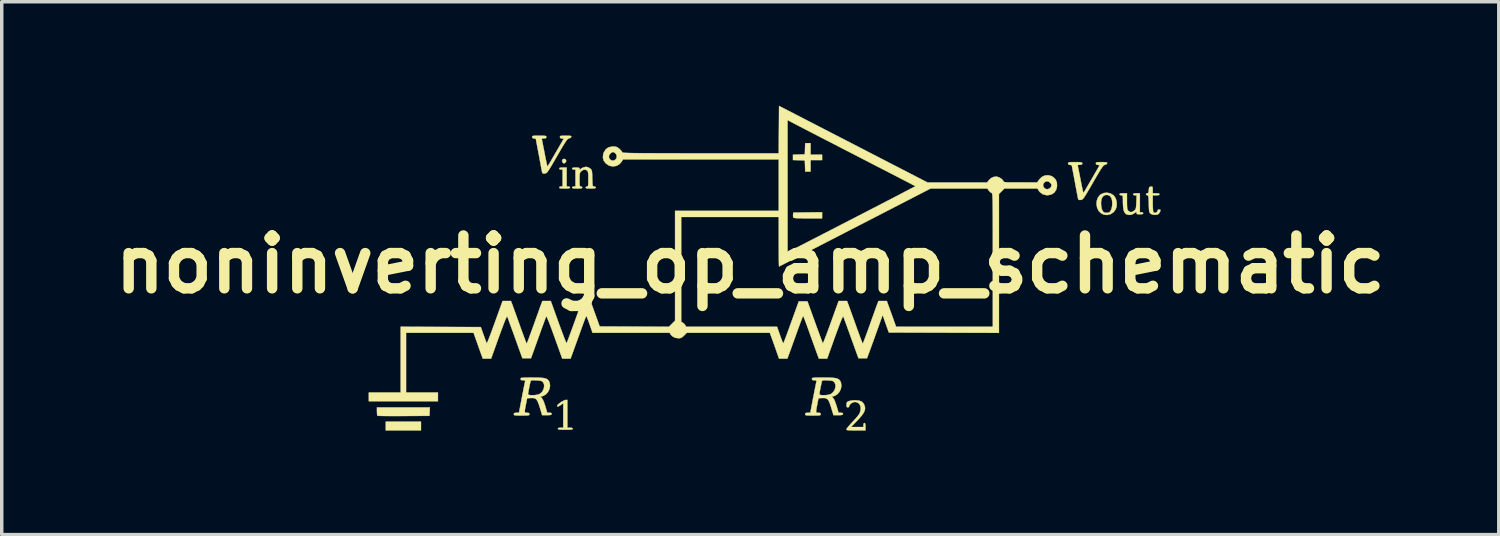
<source format=kicad_pcb>
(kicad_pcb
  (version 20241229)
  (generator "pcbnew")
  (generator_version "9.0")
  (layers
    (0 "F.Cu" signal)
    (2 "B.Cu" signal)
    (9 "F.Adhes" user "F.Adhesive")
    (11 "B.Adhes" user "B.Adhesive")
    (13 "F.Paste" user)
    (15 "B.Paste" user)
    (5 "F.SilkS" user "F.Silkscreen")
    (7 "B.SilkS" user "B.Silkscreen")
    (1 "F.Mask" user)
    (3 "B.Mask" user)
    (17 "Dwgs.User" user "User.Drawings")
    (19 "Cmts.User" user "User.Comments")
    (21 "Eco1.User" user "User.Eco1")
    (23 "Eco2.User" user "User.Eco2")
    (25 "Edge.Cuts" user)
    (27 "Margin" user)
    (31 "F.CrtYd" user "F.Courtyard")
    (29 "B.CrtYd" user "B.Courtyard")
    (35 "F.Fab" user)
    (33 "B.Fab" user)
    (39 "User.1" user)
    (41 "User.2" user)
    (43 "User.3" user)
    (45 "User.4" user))
  (footprint "noninverting_op_amp_schematic"
    (layer "F.Cu")
    (at 18.586 4.575)
    (property "Reference" "noninverting_op_amp_schematic" (at 0 0 0) (layer "F.SilkS") (effects (font (size 1.524 1.524) (thickness 0.3))))
    (attr through_hole)
    (fp_poly (pts (xy -9.496 4.787) (xy -10.512 4.787) (xy -10.512 4.533) (xy -9.496 4.533) (xy -9.496 4.787)) (stroke (width 0.01) (type solid)) (fill yes) (layer "F.SilkS"))
    (fp_poly (pts (xy -5.336 -3.035) (xy -5.311 -3.004) (xy -5.311 -2.963) (xy -5.326 -2.942) (xy -5.363 -2.914) (xy -5.393 -2.921) (xy -5.411 -2.94) (xy -5.429 -2.983) (xy -5.417 -3.023) (xy -5.379 -3.044) (xy -5.379 -3.044) (xy -5.336 -3.035)) (stroke (width 0.01) (type solid)) (fill yes) (layer "F.SilkS"))
    (fp_poly (pts (xy 2.071 -1.329) (xy 1.66 -1.329) (xy 1.519 -1.329) (xy 1.413 -1.331) (xy 1.336 -1.333) (xy 1.285 -1.338) (xy 1.255 -1.344) (xy 1.24 -1.353) (xy 1.239 -1.356) (xy 1.233 -1.396) (xy 1.234 -1.439) (xy 1.241 -1.495) (xy 1.656 -1.5) (xy 2.071 -1.505) (xy 2.071 -1.329)) (stroke (width 0.01) (type solid)) (fill yes) (layer "F.SilkS"))
    (fp_poly (pts (xy -9.251 4.367) (xy -9.995 4.372) (xy -10.162 4.373) (xy -10.317 4.373) (xy -10.454 4.372) (xy -10.571 4.371) (xy -10.662 4.369) (xy -10.724 4.367) (xy -10.751 4.364) (xy -10.752 4.364) (xy -10.76 4.338) (xy -10.764 4.287) (xy -10.766 4.237) (xy -10.766 4.123) (xy -9.24 4.123) (xy -9.251 4.367)) (stroke (width 0.01) (type solid)) (fill yes) (layer "F.SilkS"))
    (fp_poly (pts (xy 1.739 -3.165) (xy 2.071 -3.165) (xy 2.071 -3.009) (xy 1.739 -3.009) (xy 1.739 -2.677) (xy 1.584 -2.677) (xy 1.579 -2.838) (xy 1.573 -2.999) (xy 1.402 -3.005) (xy 1.231 -3.01) (xy 1.231 -3.164) (xy 1.402 -3.169) (xy 1.573 -3.175) (xy 1.584 -3.497) (xy 1.739 -3.497) (xy 1.739 -3.165)) (stroke (width 0.01) (type solid)) (fill yes) (layer "F.SilkS"))
    (fp_poly (pts (xy -5.295 -2.247) (xy -5.246 -2.247) (xy -5.207 -2.237) (xy -5.197 -2.218) (xy -5.205 -2.203) (xy -5.231 -2.194) (xy -5.284 -2.189) (xy -5.354 -2.188) (xy -5.434 -2.19) (xy -5.482 -2.195) (xy -5.505 -2.205) (xy -5.51 -2.218) (xy -5.493 -2.241) (xy -5.461 -2.247) (xy -5.412 -2.247) (xy -5.412 -2.735) (xy -5.461 -2.735) (xy -5.5 -2.746) (xy -5.51 -2.765) (xy -5.5 -2.782) (xy -5.466 -2.791) (xy -5.402 -2.794) (xy -5.295 -2.794) (xy -5.295 -2.247)) (stroke (width 0.01) (type solid)) (fill yes) (layer "F.SilkS"))
    (fp_poly (pts (xy -5.275 4.709) (xy -5.197 4.709) (xy -5.143 4.714) (xy -5.12 4.73) (xy -5.119 4.738) (xy -5.125 4.751) (xy -5.148 4.76) (xy -5.193 4.765) (xy -5.267 4.767) (xy -5.334 4.767) (xy -5.43 4.767) (xy -5.494 4.763) (xy -5.53 4.757) (xy -5.546 4.747) (xy -5.549 4.738) (xy -5.536 4.718) (xy -5.493 4.709) (xy -5.471 4.709) (xy -5.393 4.709) (xy -5.393 4.004) (xy -5.466 4.054) (xy -5.522 4.089) (xy -5.553 4.101) (xy -5.567 4.09) (xy -5.568 4.074) (xy -5.553 4.047) (xy -5.512 4.011) (xy -5.457 3.971) (xy -5.398 3.936) (xy -5.347 3.913) (xy -5.32 3.908) (xy -5.275 3.908) (xy -5.275 4.709)) (stroke (width 0.01) (type solid)) (fill yes) (layer "F.SilkS"))
    (fp_poly (pts (xy 10.382 -2.049) (xy 10.466 -2.001) (xy 10.506 -1.96) (xy 10.548 -1.877) (xy 10.568 -1.777) (xy 10.565 -1.675) (xy 10.537 -1.586) (xy 10.535 -1.583) (xy 10.472 -1.502) (xy 10.388 -1.449) (xy 10.295 -1.425) (xy 10.199 -1.434) (xy 10.119 -1.471) (xy 10.049 -1.539) (xy 10.004 -1.628) (xy 9.985 -1.727) (xy 9.987 -1.774) (xy 10.114 -1.774) (xy 10.119 -1.686) (xy 10.135 -1.604) (xy 10.162 -1.539) (xy 10.198 -1.501) (xy 10.204 -1.498) (xy 10.263 -1.487) (xy 10.327 -1.492) (xy 10.345 -1.497) (xy 10.383 -1.531) (xy 10.413 -1.593) (xy 10.433 -1.673) (xy 10.44 -1.761) (xy 10.433 -1.848) (xy 10.415 -1.911) (xy 10.374 -1.97) (xy 10.315 -2.001) (xy 10.25 -2.004) (xy 10.19 -1.978) (xy 10.146 -1.927) (xy 10.123 -1.857) (xy 10.114 -1.774) (xy 9.987 -1.774) (xy 9.991 -1.829) (xy 10.023 -1.923) (xy 10.082 -2) (xy 10.103 -2.017) (xy 10.19 -2.058) (xy 10.286 -2.068) (xy 10.382 -2.049)) (stroke (width 0.01) (type solid)) (fill yes) (layer "F.SilkS"))
    (fp_poly (pts (xy 3.138 3.927) (xy 3.215 3.956) (xy 3.268 4.01) (xy 3.298 4.075) (xy 3.311 4.139) (xy 3.304 4.203) (xy 3.274 4.272) (xy 3.22 4.352) (xy 3.138 4.448) (xy 3.081 4.508) (xy 2.905 4.689) (xy 3.263 4.689) (xy 3.263 4.631) (xy 3.272 4.584) (xy 3.292 4.572) (xy 3.31 4.582) (xy 3.319 4.616) (xy 3.322 4.679) (xy 3.322 4.787) (xy 3.048 4.787) (xy 2.939 4.786) (xy 2.863 4.785) (xy 2.814 4.781) (xy 2.787 4.774) (xy 2.776 4.764) (xy 2.774 4.755) (xy 2.787 4.729) (xy 2.823 4.682) (xy 2.876 4.621) (xy 2.941 4.55) (xy 2.951 4.539) (xy 3.021 4.464) (xy 3.083 4.393) (xy 3.13 4.332) (xy 3.156 4.291) (xy 3.157 4.289) (xy 3.183 4.192) (xy 3.181 4.106) (xy 3.153 4.035) (xy 3.102 3.987) (xy 3.03 3.967) (xy 3.019 3.966) (xy 2.957 3.979) (xy 2.901 4.013) (xy 2.863 4.057) (xy 2.853 4.092) (xy 2.836 4.117) (xy 2.814 4.123) (xy 2.788 4.116) (xy 2.776 4.089) (xy 2.774 4.047) (xy 2.779 3.995) (xy 2.798 3.965) (xy 2.838 3.944) (xy 2.891 3.93) (xy 2.966 3.92) (xy 3.032 3.917) (xy 3.138 3.927)) (stroke (width 0.01) (type solid)) (fill yes) (layer "F.SilkS"))
    (fp_poly (pts (xy 11.6 -2.233) (xy 11.605 -2.2) (xy 11.606 -2.151) (xy 11.606 -2.052) (xy 11.704 -2.052) (xy 11.765 -2.048) (xy 11.795 -2.038) (xy 11.801 -2.022) (xy 11.791 -2.004) (xy 11.755 -1.995) (xy 11.704 -1.993) (xy 11.606 -1.993) (xy 11.606 -1.763) (xy 11.608 -1.671) (xy 11.612 -1.591) (xy 11.617 -1.533) (xy 11.624 -1.507) (xy 11.654 -1.488) (xy 11.696 -1.493) (xy 11.73 -1.515) (xy 11.743 -1.544) (xy 11.755 -1.575) (xy 11.79 -1.583) (xy 11.822 -1.579) (xy 11.829 -1.562) (xy 11.818 -1.524) (xy 11.792 -1.476) (xy 11.761 -1.445) (xy 11.696 -1.428) (xy 11.62 -1.432) (xy 11.555 -1.456) (xy 11.545 -1.464) (xy 11.525 -1.482) (xy 11.512 -1.504) (xy 11.503 -1.537) (xy 11.498 -1.59) (xy 11.494 -1.668) (xy 11.492 -1.747) (xy 11.489 -1.849) (xy 11.485 -1.918) (xy 11.48 -1.961) (xy 11.471 -1.983) (xy 11.459 -1.992) (xy 11.448 -1.993) (xy 11.417 -2.006) (xy 11.41 -2.022) (xy 11.427 -2.046) (xy 11.448 -2.052) (xy 11.472 -2.058) (xy 11.485 -2.085) (xy 11.492 -2.14) (xy 11.492 -2.144) (xy 11.498 -2.201) (xy 11.51 -2.229) (xy 11.536 -2.241) (xy 11.552 -2.243) (xy 11.584 -2.245) (xy 11.6 -2.233)) (stroke (width 0.01) (type solid)) (fill yes) (layer "F.SilkS"))
    (fp_poly (pts (xy 10.863 -1.817) (xy 10.864 -1.716) (xy 10.867 -1.646) (xy 10.873 -1.6) (xy 10.883 -1.57) (xy 10.898 -1.548) (xy 10.902 -1.544) (xy 10.956 -1.51) (xy 11.012 -1.513) (xy 11.072 -1.551) (xy 11.096 -1.574) (xy 11.112 -1.6) (xy 11.122 -1.636) (xy 11.128 -1.692) (xy 11.133 -1.777) (xy 11.134 -1.795) (xy 11.141 -1.993) (xy 11.09 -1.993) (xy 11.049 -2.003) (xy 11.039 -2.022) (xy 11.05 -2.041) (xy 11.086 -2.05) (xy 11.137 -2.052) (xy 11.235 -2.052) (xy 11.235 -1.504) (xy 11.283 -1.504) (xy 11.323 -1.494) (xy 11.332 -1.475) (xy 11.322 -1.457) (xy 11.286 -1.448) (xy 11.235 -1.446) (xy 11.176 -1.448) (xy 11.147 -1.456) (xy 11.137 -1.476) (xy 11.137 -1.487) (xy 11.135 -1.511) (xy 11.123 -1.513) (xy 11.094 -1.491) (xy 11.077 -1.477) (xy 11.005 -1.437) (xy 10.924 -1.426) (xy 10.849 -1.445) (xy 10.829 -1.456) (xy 10.793 -1.498) (xy 10.767 -1.564) (xy 10.752 -1.661) (xy 10.746 -1.791) (xy 10.746 -1.812) (xy 10.746 -1.897) (xy 10.743 -1.95) (xy 10.737 -1.979) (xy 10.724 -1.99) (xy 10.704 -1.993) (xy 10.697 -1.993) (xy 10.658 -2.003) (xy 10.648 -2.022) (xy 10.658 -2.04) (xy 10.692 -2.049) (xy 10.756 -2.052) (xy 10.863 -2.052) (xy 10.863 -1.817)) (stroke (width 0.01) (type solid)) (fill yes) (layer "F.SilkS"))
    (fp_poly (pts (xy -4.671 -2.799) (xy -4.617 -2.766) (xy -4.594 -2.745) (xy -4.578 -2.723) (xy -4.568 -2.692) (xy -4.562 -2.644) (xy -4.558 -2.572) (xy -4.556 -2.483) (xy -4.553 -2.384) (xy -4.549 -2.317) (xy -4.544 -2.277) (xy -4.535 -2.256) (xy -4.522 -2.248) (xy -4.502 -2.247) (xy -4.464 -2.236) (xy -4.455 -2.218) (xy -4.462 -2.202) (xy -4.49 -2.193) (xy -4.545 -2.189) (xy -4.601 -2.188) (xy -4.679 -2.19) (xy -4.724 -2.195) (xy -4.744 -2.206) (xy -4.748 -2.218) (xy -4.732 -2.241) (xy -4.709 -2.247) (xy -4.692 -2.249) (xy -4.68 -2.261) (xy -4.674 -2.29) (xy -4.671 -2.341) (xy -4.67 -2.422) (xy -4.67 -2.46) (xy -4.671 -2.561) (xy -4.675 -2.63) (xy -4.684 -2.674) (xy -4.697 -2.701) (xy -4.7 -2.705) (xy -4.753 -2.732) (xy -4.814 -2.727) (xy -4.873 -2.69) (xy -4.876 -2.687) (xy -4.898 -2.663) (xy -4.912 -2.635) (xy -4.92 -2.596) (xy -4.923 -2.536) (xy -4.924 -2.447) (xy -4.924 -2.443) (xy -4.923 -2.354) (xy -4.921 -2.297) (xy -4.915 -2.265) (xy -4.904 -2.25) (xy -4.887 -2.247) (xy -4.885 -2.247) (xy -4.853 -2.235) (xy -4.846 -2.218) (xy -4.853 -2.202) (xy -4.881 -2.193) (xy -4.936 -2.189) (xy -4.992 -2.188) (xy -5.069 -2.19) (xy -5.115 -2.195) (xy -5.135 -2.206) (xy -5.139 -2.218) (xy -5.122 -2.241) (xy -5.09 -2.247) (xy -5.041 -2.247) (xy -5.041 -2.735) (xy -5.09 -2.735) (xy -5.129 -2.746) (xy -5.139 -2.765) (xy -5.129 -2.782) (xy -5.095 -2.791) (xy -5.031 -2.794) (xy -4.969 -2.792) (xy -4.937 -2.785) (xy -4.924 -2.769) (xy -4.922 -2.75) (xy -4.918 -2.726) (xy -4.911 -2.731) (xy -4.881 -2.763) (xy -4.828 -2.791) (xy -4.766 -2.81) (xy -4.73 -2.814) (xy -4.671 -2.799)) (stroke (width 0.01) (type solid)) (fill yes) (layer "F.SilkS"))
    (fp_poly (pts (xy -5.242 -3.711) (xy -5.192 -3.708) (xy -5.168 -3.7) (xy -5.161 -3.687) (xy -5.162 -3.678) (xy -5.185 -3.649) (xy -5.226 -3.634) (xy -5.244 -3.629) (xy -5.263 -3.616) (xy -5.286 -3.592) (xy -5.314 -3.554) (xy -5.351 -3.498) (xy -5.399 -3.42) (xy -5.46 -3.317) (xy -5.537 -3.184) (xy -5.571 -3.126) (xy -5.653 -2.983) (xy -5.719 -2.871) (xy -5.77 -2.785) (xy -5.81 -2.722) (xy -5.84 -2.678) (xy -5.864 -2.65) (xy -5.883 -2.634) (xy -5.902 -2.626) (xy -5.921 -2.623) (xy -5.927 -2.622) (xy -5.972 -2.621) (xy -5.995 -2.635) (xy -6.007 -2.675) (xy -6.01 -2.69) (xy -6.017 -2.731) (xy -6.031 -2.804) (xy -6.049 -2.901) (xy -6.071 -3.017) (xy -6.094 -3.143) (xy -6.104 -3.195) (xy -6.185 -3.624) (xy -6.238 -3.631) (xy -6.28 -3.645) (xy -6.291 -3.675) (xy -6.289 -3.691) (xy -6.275 -3.702) (xy -6.245 -3.709) (xy -6.19 -3.712) (xy -6.105 -3.712) (xy -6.086 -3.712) (xy -5.995 -3.712) (xy -5.935 -3.709) (xy -5.901 -3.704) (xy -5.885 -3.694) (xy -5.881 -3.678) (xy -5.881 -3.673) (xy -5.889 -3.646) (xy -5.918 -3.636) (xy -5.951 -3.634) (xy -5.997 -3.631) (xy -6.012 -3.617) (xy -6.01 -3.6) (xy -6.003 -3.571) (xy -5.991 -3.51) (xy -5.974 -3.423) (xy -5.953 -3.318) (xy -5.93 -3.201) (xy -5.928 -3.189) (xy -5.906 -3.074) (xy -5.885 -2.974) (xy -5.868 -2.895) (xy -5.855 -2.843) (xy -5.847 -2.822) (xy -5.847 -2.822) (xy -5.835 -2.841) (xy -5.806 -2.889) (xy -5.763 -2.961) (xy -5.71 -3.053) (xy -5.648 -3.159) (xy -5.608 -3.228) (xy -5.379 -3.624) (xy -5.434 -3.631) (xy -5.478 -3.644) (xy -5.49 -3.674) (xy -5.487 -3.693) (xy -5.472 -3.704) (xy -5.437 -3.71) (xy -5.376 -3.712) (xy -5.323 -3.712) (xy -5.242 -3.711)) (stroke (width 0.01) (type solid)) (fill yes) (layer "F.SilkS"))
    (fp_poly (pts (xy 10.213 -2.949) (xy 10.263 -2.946) (xy 10.287 -2.938) (xy 10.294 -2.925) (xy 10.293 -2.916) (xy 10.27 -2.887) (xy 10.229 -2.872) (xy 10.211 -2.867) (xy 10.192 -2.854) (xy 10.169 -2.83) (xy 10.141 -2.792) (xy 10.104 -2.736) (xy 10.056 -2.658) (xy 9.995 -2.555) (xy 9.918 -2.422) (xy 9.884 -2.364) (xy 9.802 -2.221) (xy 9.736 -2.109) (xy 9.685 -2.023) (xy 9.645 -1.96) (xy 9.615 -1.916) (xy 9.591 -1.888) (xy 9.572 -1.872) (xy 9.553 -1.864) (xy 9.534 -1.861) (xy 9.528 -1.86) (xy 9.482 -1.859) (xy 9.46 -1.873) (xy 9.448 -1.913) (xy 9.445 -1.928) (xy 9.438 -1.969) (xy 9.424 -2.042) (xy 9.406 -2.139) (xy 9.384 -2.255) (xy 9.361 -2.381) (xy 9.351 -2.433) (xy 9.27 -2.862) (xy 9.217 -2.869) (xy 9.175 -2.883) (xy 9.164 -2.913) (xy 9.166 -2.929) (xy 9.18 -2.94) (xy 9.21 -2.947) (xy 9.265 -2.95) (xy 9.35 -2.95) (xy 9.369 -2.95) (xy 9.46 -2.95) (xy 9.52 -2.947) (xy 9.554 -2.942) (xy 9.569 -2.932) (xy 9.574 -2.916) (xy 9.574 -2.911) (xy 9.566 -2.884) (xy 9.537 -2.874) (xy 9.504 -2.872) (xy 9.458 -2.869) (xy 9.442 -2.855) (xy 9.445 -2.838) (xy 9.451 -2.809) (xy 9.464 -2.748) (xy 9.481 -2.661) (xy 9.502 -2.556) (xy 9.525 -2.439) (xy 9.527 -2.427) (xy 9.549 -2.312) (xy 9.57 -2.212) (xy 9.587 -2.133) (xy 9.6 -2.081) (xy 9.608 -2.06) (xy 9.608 -2.06) (xy 9.62 -2.079) (xy 9.649 -2.127) (xy 9.692 -2.199) (xy 9.745 -2.291) (xy 9.807 -2.397) (xy 9.847 -2.466) (xy 10.076 -2.862) (xy 10.02 -2.869) (xy 9.977 -2.882) (xy 9.965 -2.912) (xy 9.968 -2.931) (xy 9.983 -2.942) (xy 10.018 -2.948) (xy 10.079 -2.95) (xy 10.132 -2.95) (xy 10.213 -2.949)) (stroke (width 0.01) (type solid)) (fill yes) (layer "F.SilkS"))
    (fp_poly (pts (xy -6.14 3.264) (xy -6.027 3.269) (xy -5.944 3.279) (xy -5.883 3.296) (xy -5.841 3.321) (xy -5.811 3.355) (xy -5.79 3.401) (xy -5.786 3.411) (xy -5.773 3.502) (xy -5.791 3.595) (xy -5.834 3.681) (xy -5.898 3.751) (xy -5.977 3.795) (xy -5.996 3.8) (xy -6.053 3.812) (xy -6.01 3.855) (xy -5.985 3.894) (xy -5.954 3.962) (xy -5.923 4.05) (xy -5.911 4.088) (xy -5.855 4.279) (xy -5.788 4.279) (xy -5.743 4.283) (xy -5.728 4.299) (xy -5.728 4.313) (xy -5.738 4.332) (xy -5.764 4.342) (xy -5.815 4.347) (xy -5.869 4.347) (xy -6.002 4.347) (xy -6.067 4.133) (xy -6.103 4.022) (xy -6.135 3.944) (xy -6.168 3.893) (xy -6.207 3.865) (xy -6.258 3.853) (xy -6.325 3.853) (xy -6.327 3.853) (xy -6.435 3.859) (xy -6.47 4.035) (xy -6.489 4.135) (xy -6.5 4.203) (xy -6.503 4.246) (xy -6.495 4.268) (xy -6.477 4.277) (xy -6.448 4.279) (xy -6.438 4.279) (xy -6.391 4.283) (xy -6.372 4.3) (xy -6.37 4.318) (xy -6.372 4.335) (xy -6.383 4.346) (xy -6.411 4.353) (xy -6.461 4.356) (xy -6.539 4.357) (xy -6.594 4.357) (xy -6.691 4.357) (xy -6.755 4.355) (xy -6.793 4.35) (xy -6.812 4.341) (xy -6.818 4.328) (xy -6.819 4.318) (xy -6.812 4.292) (xy -6.784 4.281) (xy -6.745 4.279) (xy -6.67 4.279) (xy -6.587 3.844) (xy -6.568 3.743) (xy -6.409 3.743) (xy -6.391 3.76) (xy -6.345 3.77) (xy -6.282 3.772) (xy -6.21 3.768) (xy -6.141 3.758) (xy -6.084 3.74) (xy -6.076 3.737) (xy -6.014 3.688) (xy -5.97 3.619) (xy -5.946 3.541) (xy -5.946 3.464) (xy -5.974 3.4) (xy -5.975 3.4) (xy -5.999 3.375) (xy -6.029 3.36) (xy -6.076 3.351) (xy -6.149 3.345) (xy -6.171 3.344) (xy -6.249 3.341) (xy -6.297 3.342) (xy -6.322 3.35) (xy -6.334 3.365) (xy -6.339 3.383) (xy -6.356 3.456) (xy -6.373 3.538) (xy -6.388 3.619) (xy -6.401 3.687) (xy -6.408 3.732) (xy -6.409 3.743) (xy -6.568 3.743) (xy -6.563 3.717) (xy -6.54 3.602) (xy -6.521 3.504) (xy -6.506 3.429) (xy -6.496 3.385) (xy -6.494 3.375) (xy -6.494 3.352) (xy -6.519 3.343) (xy -6.554 3.341) (xy -6.602 3.337) (xy -6.621 3.32) (xy -6.624 3.302) (xy -6.622 3.288) (xy -6.613 3.278) (xy -6.592 3.271) (xy -6.553 3.266) (xy -6.49 3.264) (xy -6.399 3.263) (xy -6.286 3.263) (xy -6.14 3.264)) (stroke (width 0.01) (type solid)) (fill yes) (layer "F.SilkS"))
    (fp_poly (pts (xy 2.262 3.264) (xy 2.374 3.269) (xy 2.458 3.279) (xy 2.518 3.296) (xy 2.561 3.321) (xy 2.59 3.355) (xy 2.612 3.401) (xy 2.616 3.411) (xy 2.628 3.502) (xy 2.611 3.595) (xy 2.567 3.681) (xy 2.503 3.751) (xy 2.425 3.795) (xy 2.406 3.8) (xy 2.349 3.812) (xy 2.391 3.855) (xy 2.417 3.894) (xy 2.447 3.962) (xy 2.478 4.05) (xy 2.49 4.088) (xy 2.546 4.279) (xy 2.613 4.279) (xy 2.658 4.283) (xy 2.674 4.299) (xy 2.673 4.313) (xy 2.663 4.332) (xy 2.637 4.342) (xy 2.587 4.347) (xy 2.533 4.347) (xy 2.399 4.347) (xy 2.335 4.133) (xy 2.299 4.022) (xy 2.267 3.944) (xy 2.234 3.893) (xy 2.194 3.865) (xy 2.143 3.853) (xy 2.076 3.853) (xy 2.074 3.853) (xy 1.966 3.859) (xy 1.932 4.035) (xy 1.913 4.135) (xy 1.901 4.203) (xy 1.899 4.246) (xy 1.906 4.268) (xy 1.924 4.277) (xy 1.954 4.279) (xy 1.964 4.279) (xy 2.011 4.283) (xy 2.03 4.3) (xy 2.032 4.318) (xy 2.03 4.335) (xy 2.018 4.346) (xy 1.991 4.353) (xy 1.941 4.356) (xy 1.862 4.357) (xy 1.807 4.357) (xy 1.711 4.357) (xy 1.647 4.355) (xy 1.608 4.35) (xy 1.589 4.341) (xy 1.583 4.328) (xy 1.583 4.318) (xy 1.59 4.292) (xy 1.617 4.281) (xy 1.657 4.279) (xy 1.731 4.279) (xy 1.814 3.844) (xy 1.834 3.743) (xy 1.993 3.743) (xy 2.01 3.76) (xy 2.056 3.77) (xy 2.12 3.772) (xy 2.191 3.768) (xy 2.261 3.758) (xy 2.317 3.74) (xy 2.325 3.737) (xy 2.387 3.688) (xy 2.432 3.619) (xy 2.456 3.541) (xy 2.455 3.464) (xy 2.427 3.4) (xy 2.427 3.4) (xy 2.402 3.375) (xy 2.372 3.36) (xy 2.325 3.351) (xy 2.252 3.345) (xy 2.23 3.344) (xy 2.152 3.341) (xy 2.105 3.342) (xy 2.079 3.35) (xy 2.067 3.365) (xy 2.062 3.383) (xy 2.046 3.456) (xy 2.029 3.538) (xy 2.013 3.619) (xy 2.001 3.687) (xy 1.994 3.732) (xy 1.993 3.743) (xy 1.834 3.743) (xy 1.839 3.717) (xy 1.861 3.602) (xy 1.881 3.504) (xy 1.896 3.429) (xy 1.905 3.385) (xy 1.908 3.375) (xy 1.907 3.352) (xy 1.883 3.343) (xy 1.848 3.341) (xy 1.8 3.337) (xy 1.781 3.32) (xy 1.778 3.302) (xy 1.78 3.288) (xy 1.788 3.278) (xy 1.81 3.271) (xy 1.849 3.266) (xy 1.911 3.264) (xy 2.002 3.263) (xy 2.115 3.263) (xy 2.262 3.264)) (stroke (width 0.01) (type solid)) (fill yes) (layer "F.SilkS"))
    (fp_poly (pts (xy 2.97 -3.467) (xy 5.109 -2.364) (xy 5.97 -2.364) (xy 6.831 -2.364) (xy 6.876 -2.425) (xy 6.941 -2.486) (xy 7.021 -2.524) (xy 7.103 -2.532) (xy 7.119 -2.529) (xy 7.191 -2.503) (xy 7.253 -2.462) (xy 7.293 -2.415) (xy 7.298 -2.403) (xy 7.303 -2.391) (xy 7.314 -2.382) (xy 7.335 -2.375) (xy 7.37 -2.37) (xy 7.424 -2.367) (xy 7.503 -2.365) (xy 7.61 -2.365) (xy 7.75 -2.365) (xy 7.792 -2.365) (xy 8.275 -2.366) (xy 8.329 -2.444) (xy 8.403 -2.52) (xy 8.492 -2.563) (xy 8.589 -2.573) (xy 8.686 -2.548) (xy 8.737 -2.518) (xy 8.805 -2.45) (xy 8.841 -2.363) (xy 8.847 -2.255) (xy 8.847 -2.253) (xy 8.821 -2.15) (xy 8.766 -2.07) (xy 8.687 -2.018) (xy 8.587 -1.996) (xy 8.538 -1.997) (xy 8.434 -2.024) (xy 8.353 -2.083) (xy 8.314 -2.135) (xy 8.282 -2.188) (xy 7.327 -2.188) (xy 7.249 -2.11) (xy 7.171 -2.032) (xy 7.171 1.974) (xy 5.583 1.969) (xy 3.996 1.964) (xy 3.817 1.461) (xy 3.625 1.996) (xy 3.574 2.137) (xy 3.526 2.271) (xy 3.482 2.391) (xy 3.445 2.492) (xy 3.417 2.568) (xy 3.4 2.614) (xy 3.399 2.618) (xy 3.365 2.706) (xy 3.12 2.706) (xy 2.908 2.12) (xy 2.856 1.975) (xy 2.808 1.842) (xy 2.765 1.724) (xy 2.729 1.626) (xy 2.702 1.553) (xy 2.686 1.509) (xy 2.682 1.5) (xy 2.672 1.505) (xy 2.653 1.541) (xy 2.623 1.609) (xy 2.582 1.712) (xy 2.531 1.849) (xy 2.467 2.022) (xy 2.442 2.091) (xy 2.218 2.716) (xy 1.978 2.716) (xy 1.89 2.477) (xy 1.855 2.379) (xy 1.81 2.256) (xy 1.761 2.118) (xy 1.71 1.977) (xy 1.669 1.861) (xy 1.628 1.748) (xy 1.591 1.649) (xy 1.56 1.568) (xy 1.537 1.512) (xy 1.525 1.487) (xy 1.524 1.485) (xy 1.515 1.503) (xy 1.495 1.552) (xy 1.466 1.627) (xy 1.43 1.722) (xy 1.39 1.832) (xy 1.379 1.861) (xy 1.331 1.996) (xy 1.28 2.137) (xy 1.231 2.273) (xy 1.188 2.394) (xy 1.158 2.477) (xy 1.07 2.716) (xy 0.83 2.716) (xy 0.735 2.447) (xy 0.697 2.341) (xy 0.661 2.239) (xy 0.629 2.151) (xy 0.606 2.087) (xy 0.602 2.076) (xy 0.564 1.973) (xy -1.832 1.973) (xy -1.91 2.052) (xy -1.962 2.099) (xy -2.005 2.122) (xy -2.055 2.129) (xy -2.07 2.13) (xy -2.171 2.114) (xy -2.252 2.069) (xy -2.293 2.023) (xy -2.326 1.973) (xy -4.548 1.973) (xy -4.633 1.729) (xy -4.665 1.639) (xy -4.693 1.564) (xy -4.715 1.511) (xy -4.727 1.486) (xy -4.728 1.485) (xy -4.737 1.503) (xy -4.758 1.552) (xy -4.787 1.627) (xy -4.822 1.722) (xy -4.862 1.832) (xy -4.873 1.861) (xy -4.921 1.996) (xy -4.972 2.137) (xy -5.021 2.273) (xy -5.065 2.394) (xy -5.095 2.477) (xy -5.182 2.716) (xy -5.422 2.716) (xy -5.647 2.091) (xy -5.714 1.906) (xy -5.77 1.756) (xy -5.814 1.642) (xy -5.848 1.561) (xy -5.871 1.514) (xy -5.884 1.498) (xy -5.886 1.5) (xy -5.896 1.526) (xy -5.918 1.584) (xy -5.949 1.67) (xy -5.989 1.778) (xy -6.035 1.904) (xy -6.085 2.044) (xy -6.112 2.12) (xy -6.324 2.706) (xy -6.572 2.706) (xy -6.783 2.12) (xy -6.835 1.975) (xy -6.884 1.842) (xy -6.927 1.724) (xy -6.962 1.626) (xy -6.989 1.553) (xy -7.005 1.509) (xy -7.009 1.5) (xy -7.019 1.505) (xy -7.038 1.541) (xy -7.068 1.609) (xy -7.109 1.712) (xy -7.16 1.849) (xy -7.224 2.022) (xy -7.249 2.091) (xy -7.473 2.716) (xy -7.714 2.716) (xy -7.772 2.555) (xy -7.805 2.465) (xy -7.844 2.355) (xy -7.884 2.242) (xy -7.905 2.183) (xy -7.979 1.973) (xy -9.926 1.973) (xy -9.926 3.693) (xy -9.007 3.693) (xy -9.007 3.947) (xy -11 3.947) (xy -11 3.693) (xy -10.082 3.693) (xy -10.082 1.797) (xy -8.926 1.802) (xy -7.771 1.807) (xy -7.69 2.036) (xy -7.658 2.124) (xy -7.631 2.198) (xy -7.61 2.251) (xy -7.598 2.275) (xy -7.598 2.275) (xy -7.589 2.26) (xy -7.569 2.213) (xy -7.538 2.137) (xy -7.5 2.036) (xy -7.454 1.915) (xy -7.404 1.779) (xy -7.365 1.671) (xy -7.143 1.055) (xy -6.901 1.055) (xy -6.873 1.128) (xy -6.859 1.165) (xy -6.834 1.234) (xy -6.8 1.328) (xy -6.759 1.443) (xy -6.712 1.573) (xy -6.662 1.713) (xy -6.651 1.744) (xy -6.602 1.881) (xy -6.556 2.005) (xy -6.517 2.112) (xy -6.485 2.197) (xy -6.461 2.256) (xy -6.449 2.284) (xy -6.448 2.285) (xy -6.439 2.268) (xy -6.419 2.218) (xy -6.389 2.14) (xy -6.352 2.039) (xy -6.308 1.92) (xy -6.26 1.786) (xy -6.244 1.744) (xy -6.194 1.602) (xy -6.146 1.469) (xy -6.103 1.351) (xy -6.068 1.251) (xy -6.041 1.177) (xy -6.024 1.133) (xy -6.022 1.128) (xy -5.994 1.055) (xy -5.753 1.055) (xy -5.531 1.671) (xy -5.478 1.817) (xy -5.428 1.949) (xy -5.385 2.065) (xy -5.348 2.16) (xy -5.32 2.229) (xy -5.303 2.268) (xy -5.298 2.276) (xy -5.289 2.255) (xy -5.268 2.202) (xy -5.237 2.122) (xy -5.199 2.018) (xy -5.153 1.894) (xy -5.103 1.756) (xy -5.07 1.665) (xy -4.853 1.065) (xy -4.604 1.065) (xy -4.343 1.788) (xy -3.344 1.793) (xy -2.346 1.798) (xy -2.169 1.621) (xy -2.169 -1.368) (xy -1.993 -1.368) (xy -1.993 1.654) (xy -1.946 1.679) (xy -1.9 1.717) (xy -1.875 1.751) (xy -1.85 1.798) (xy 0.772 1.798) (xy 0.858 2.042) (xy 0.89 2.132) (xy 0.918 2.205) (xy 0.94 2.255) (xy 0.953 2.276) (xy 0.954 2.276) (xy 0.963 2.256) (xy 0.984 2.203) (xy 1.015 2.122) (xy 1.054 2.018) (xy 1.099 1.894) (xy 1.149 1.756) (xy 1.182 1.665) (xy 1.399 1.065) (xy 1.649 1.065) (xy 1.866 1.665) (xy 1.918 1.81) (xy 1.967 1.943) (xy 2.01 2.059) (xy 2.046 2.155) (xy 2.073 2.226) (xy 2.089 2.267) (xy 2.093 2.276) (xy 2.102 2.261) (xy 2.123 2.213) (xy 2.153 2.137) (xy 2.192 2.036) (xy 2.237 1.915) (xy 2.287 1.779) (xy 2.326 1.671) (xy 2.548 1.055) (xy 2.79 1.055) (xy 2.818 1.128) (xy 2.832 1.165) (xy 2.857 1.234) (xy 2.891 1.328) (xy 2.932 1.443) (xy 2.979 1.573) (xy 3.029 1.713) (xy 3.04 1.744) (xy 3.089 1.881) (xy 3.135 2.005) (xy 3.174 2.112) (xy 3.207 2.197) (xy 3.23 2.256) (xy 3.242 2.284) (xy 3.243 2.285) (xy 3.252 2.268) (xy 3.272 2.218) (xy 3.302 2.14) (xy 3.34 2.039) (xy 3.383 1.92) (xy 3.432 1.786) (xy 3.447 1.744) (xy 3.497 1.602) (xy 3.545 1.469) (xy 3.588 1.351) (xy 3.623 1.251) (xy 3.65 1.177) (xy 3.667 1.133) (xy 3.669 1.128) (xy 3.697 1.055) (xy 3.938 1.055) (xy 4.205 1.798) (xy 6.995 1.798) (xy 6.995 -0.126) (xy 6.995 -0.442) (xy 6.995 -0.722) (xy 6.995 -0.968) (xy 6.994 -1.181) (xy 6.994 -1.364) (xy 6.993 -1.519) (xy 6.992 -1.65) (xy 6.991 -1.757) (xy 6.989 -1.843) (xy 6.987 -1.911) (xy 6.984 -1.963) (xy 6.981 -2.001) (xy 6.977 -2.027) (xy 6.973 -2.044) (xy 6.968 -2.054) (xy 6.962 -2.059) (xy 6.956 -2.061) (xy 6.919 -2.085) (xy 6.88 -2.127) (xy 6.877 -2.131) (xy 6.836 -2.188) (xy 5.198 -2.188) (xy 3.019 -1.065) (xy 2.747 -0.925) (xy 2.484 -0.789) (xy 2.233 -0.66) (xy 1.996 -0.538) (xy 1.775 -0.425) (xy 1.572 -0.32) (xy 1.389 -0.226) (xy 1.229 -0.144) (xy 1.092 -0.074) (xy 0.982 -0.018) (xy 0.9 0.024) (xy 0.849 0.05) (xy 0.83 0.059) (xy 0.83 0.059) (xy 0.828 0.04) (xy 0.826 -0.014) (xy 0.824 -0.098) (xy 0.823 -0.208) (xy 0.822 -0.34) (xy 0.822 -0.351) (xy 1.075 -0.351) (xy 1.158 -0.393) (xy 1.186 -0.407) (xy 1.247 -0.438) (xy 1.338 -0.485) (xy 1.456 -0.546) (xy 1.6 -0.62) (xy 1.765 -0.705) (xy 1.951 -0.8) (xy 2.154 -0.905) (xy 2.372 -1.017) (xy 2.603 -1.136) (xy 2.844 -1.26) (xy 3.005 -1.343) (xy 3.249 -1.469) (xy 3.483 -1.59) (xy 3.705 -1.704) (xy 3.912 -1.811) (xy 4.102 -1.91) (xy 4.272 -1.998) (xy 4.421 -2.076) (xy 4.546 -2.141) (xy 4.645 -2.193) (xy 4.716 -2.23) (xy 4.755 -2.252) (xy 4.763 -2.257) (xy 4.745 -2.266) (xy 4.695 -2.292) (xy 4.658 -2.311) (xy 8.446 -2.311) (xy 8.449 -2.254) (xy 8.472 -2.211) (xy 8.517 -2.176) (xy 8.574 -2.169) (xy 8.63 -2.188) (xy 8.671 -2.232) (xy 8.672 -2.235) (xy 8.688 -2.278) (xy 8.681 -2.312) (xy 8.661 -2.342) (xy 8.608 -2.387) (xy 8.549 -2.399) (xy 8.492 -2.375) (xy 8.481 -2.365) (xy 8.446 -2.311) (xy 4.658 -2.311) (xy 4.615 -2.333) (xy 4.508 -2.389) (xy 4.375 -2.457) (xy 4.22 -2.538) (xy 4.044 -2.628) (xy 3.851 -2.728) (xy 3.642 -2.835) (xy 3.421 -2.949) (xy 3.189 -3.069) (xy 3.136 -3.096) (xy 2.896 -3.22) (xy 2.662 -3.34) (xy 2.437 -3.457) (xy 2.223 -3.567) (xy 2.024 -3.669) (xy 1.843 -3.763) (xy 1.681 -3.846) (xy 1.543 -3.918) (xy 1.431 -3.976) (xy 1.348 -4.019) (xy 1.296 -4.046) (xy 1.294 -4.047) (xy 1.075 -4.163) (xy 1.075 -0.351) (xy 0.822 -0.351) (xy 0.821 -0.489) (xy 0.821 -0.651) (xy 0.821 -1.368) (xy -1.993 -1.368) (xy -2.169 -1.368) (xy -2.169 -1.544) (xy 0.821 -1.544) (xy 0.821 -3.028) (xy -3.671 -3.028) (xy -3.706 -2.968) (xy -3.773 -2.89) (xy -3.859 -2.842) (xy -3.956 -2.825) (xy -4.055 -2.843) (xy -4.07 -2.849) (xy -4.162 -2.908) (xy -4.223 -2.986) (xy -4.25 -3.079) (xy -4.248 -3.099) (xy -4.079 -3.099) (xy -4.057 -3.043) (xy -4.046 -3.03) (xy -3.992 -2.995) (xy -3.935 -2.997) (xy -3.891 -3.021) (xy -3.857 -3.066) (xy -3.85 -3.123) (xy -3.869 -3.18) (xy -3.912 -3.223) (xy -3.951 -3.241) (xy -3.981 -3.237) (xy -4.019 -3.212) (xy -4.066 -3.159) (xy -4.079 -3.099) (xy -4.248 -3.099) (xy -4.241 -3.18) (xy -4.223 -3.231) (xy -4.168 -3.318) (xy -4.093 -3.373) (xy -3.995 -3.398) (xy -3.952 -3.4) (xy -3.886 -3.396) (xy -3.838 -3.381) (xy -3.79 -3.346) (xy -3.771 -3.329) (xy -3.727 -3.285) (xy -3.699 -3.247) (xy -3.693 -3.231) (xy -3.688 -3.227) (xy -3.673 -3.223) (xy -3.645 -3.22) (xy -3.602 -3.217) (xy -3.543 -3.215) (xy -3.465 -3.212) (xy -3.367 -3.21) (xy -3.246 -3.209) (xy -3.101 -3.208) (xy -2.93 -3.207) (xy -2.73 -3.206) (xy -2.5 -3.205) (xy -2.238 -3.205) (xy -1.941 -3.204) (xy -1.609 -3.204) (xy -1.436 -3.204) (xy 0.82 -3.204) (xy 0.825 -3.887) (xy 0.83 -4.57) (xy 2.97 -3.467)) (stroke (width 0.01) (type solid)) (fill yes) (layer "F.SilkS")))
  (gr_rect
    (start -3 -3)
    (end 40.171 12.367)
    (stroke (width 0.1) (type default))
    (fill no)
    (layer "Edge.Cuts")))
</source>
